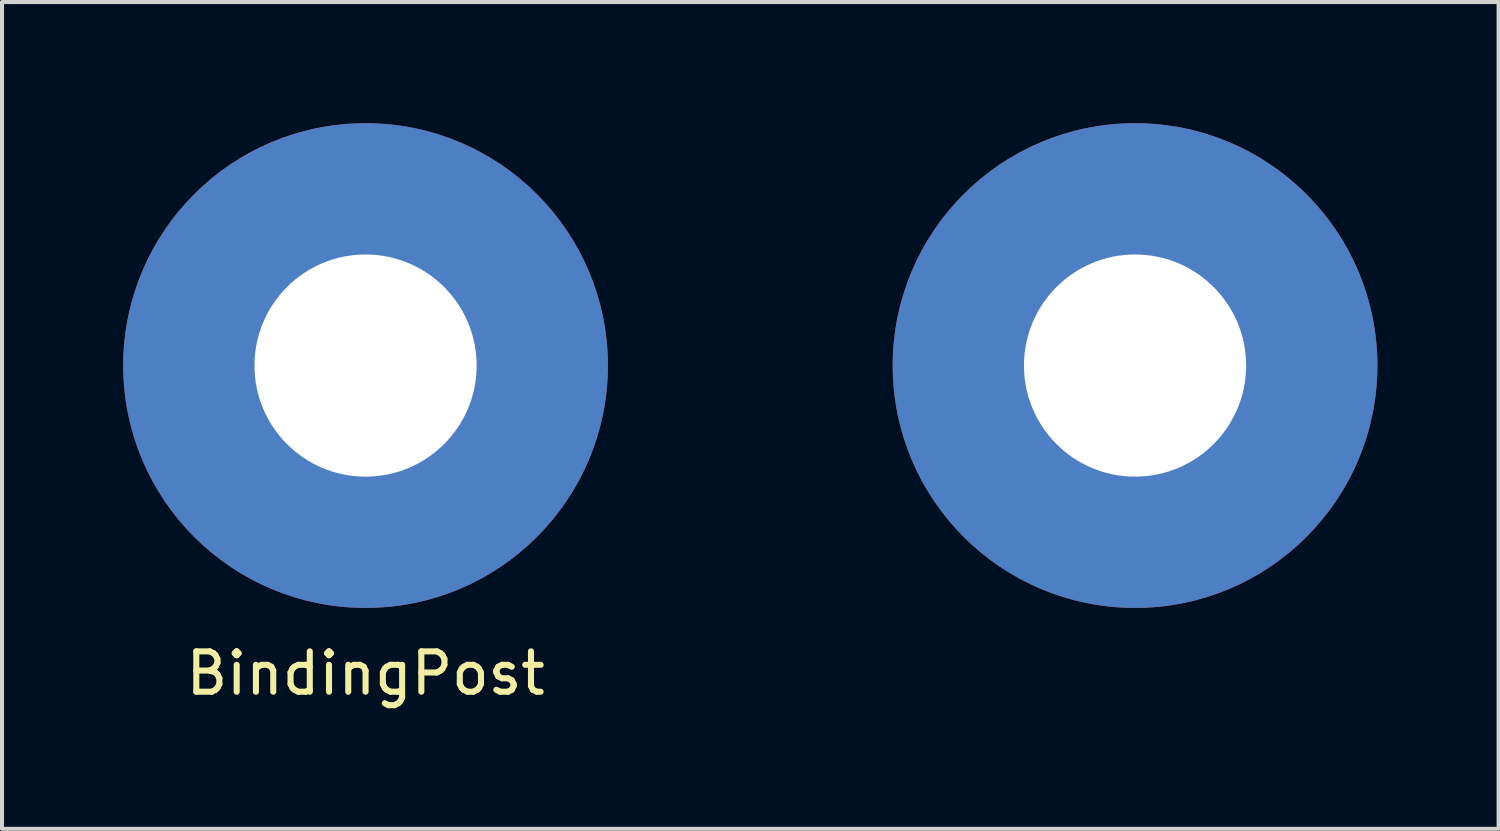
<source format=kicad_pcb>
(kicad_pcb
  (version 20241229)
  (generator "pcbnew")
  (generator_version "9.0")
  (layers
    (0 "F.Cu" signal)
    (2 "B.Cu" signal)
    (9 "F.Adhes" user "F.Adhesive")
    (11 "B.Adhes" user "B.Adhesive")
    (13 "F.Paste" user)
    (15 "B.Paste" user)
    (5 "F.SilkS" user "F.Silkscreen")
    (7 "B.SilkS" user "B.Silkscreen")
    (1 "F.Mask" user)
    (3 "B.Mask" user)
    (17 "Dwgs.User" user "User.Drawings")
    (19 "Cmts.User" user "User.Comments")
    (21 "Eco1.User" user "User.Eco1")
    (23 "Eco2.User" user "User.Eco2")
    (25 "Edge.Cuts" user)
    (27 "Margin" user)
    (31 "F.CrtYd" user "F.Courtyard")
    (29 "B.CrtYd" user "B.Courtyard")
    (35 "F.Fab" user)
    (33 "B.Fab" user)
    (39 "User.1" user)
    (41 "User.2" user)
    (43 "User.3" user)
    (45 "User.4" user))
  (footprint "BindingPost"
    (layer "F.Cu")
    (at 6 6)
    (property "Reference" "BindingPost" (at 0 7.62 180) (layer "F.SilkS") (effects (font (size 1 1) (thickness 0.15))))
    (attr through_hole)
    (pad "1" thru_hole circle (at 0 0) (size 12 12) (drill 5.5) (layers "*.Cu" "*.Mask"))
    (pad "2" thru_hole circle (at 19.05 0) (size 12 12) (drill 5.5) (layers "*.Cu" "*.Mask")))
  (gr_rect
    (start -3 -3)
    (end 34.05 17.468)
    (stroke (width 0.1) (type default))
    (fill no)
    (layer "Edge.Cuts")))
</source>
